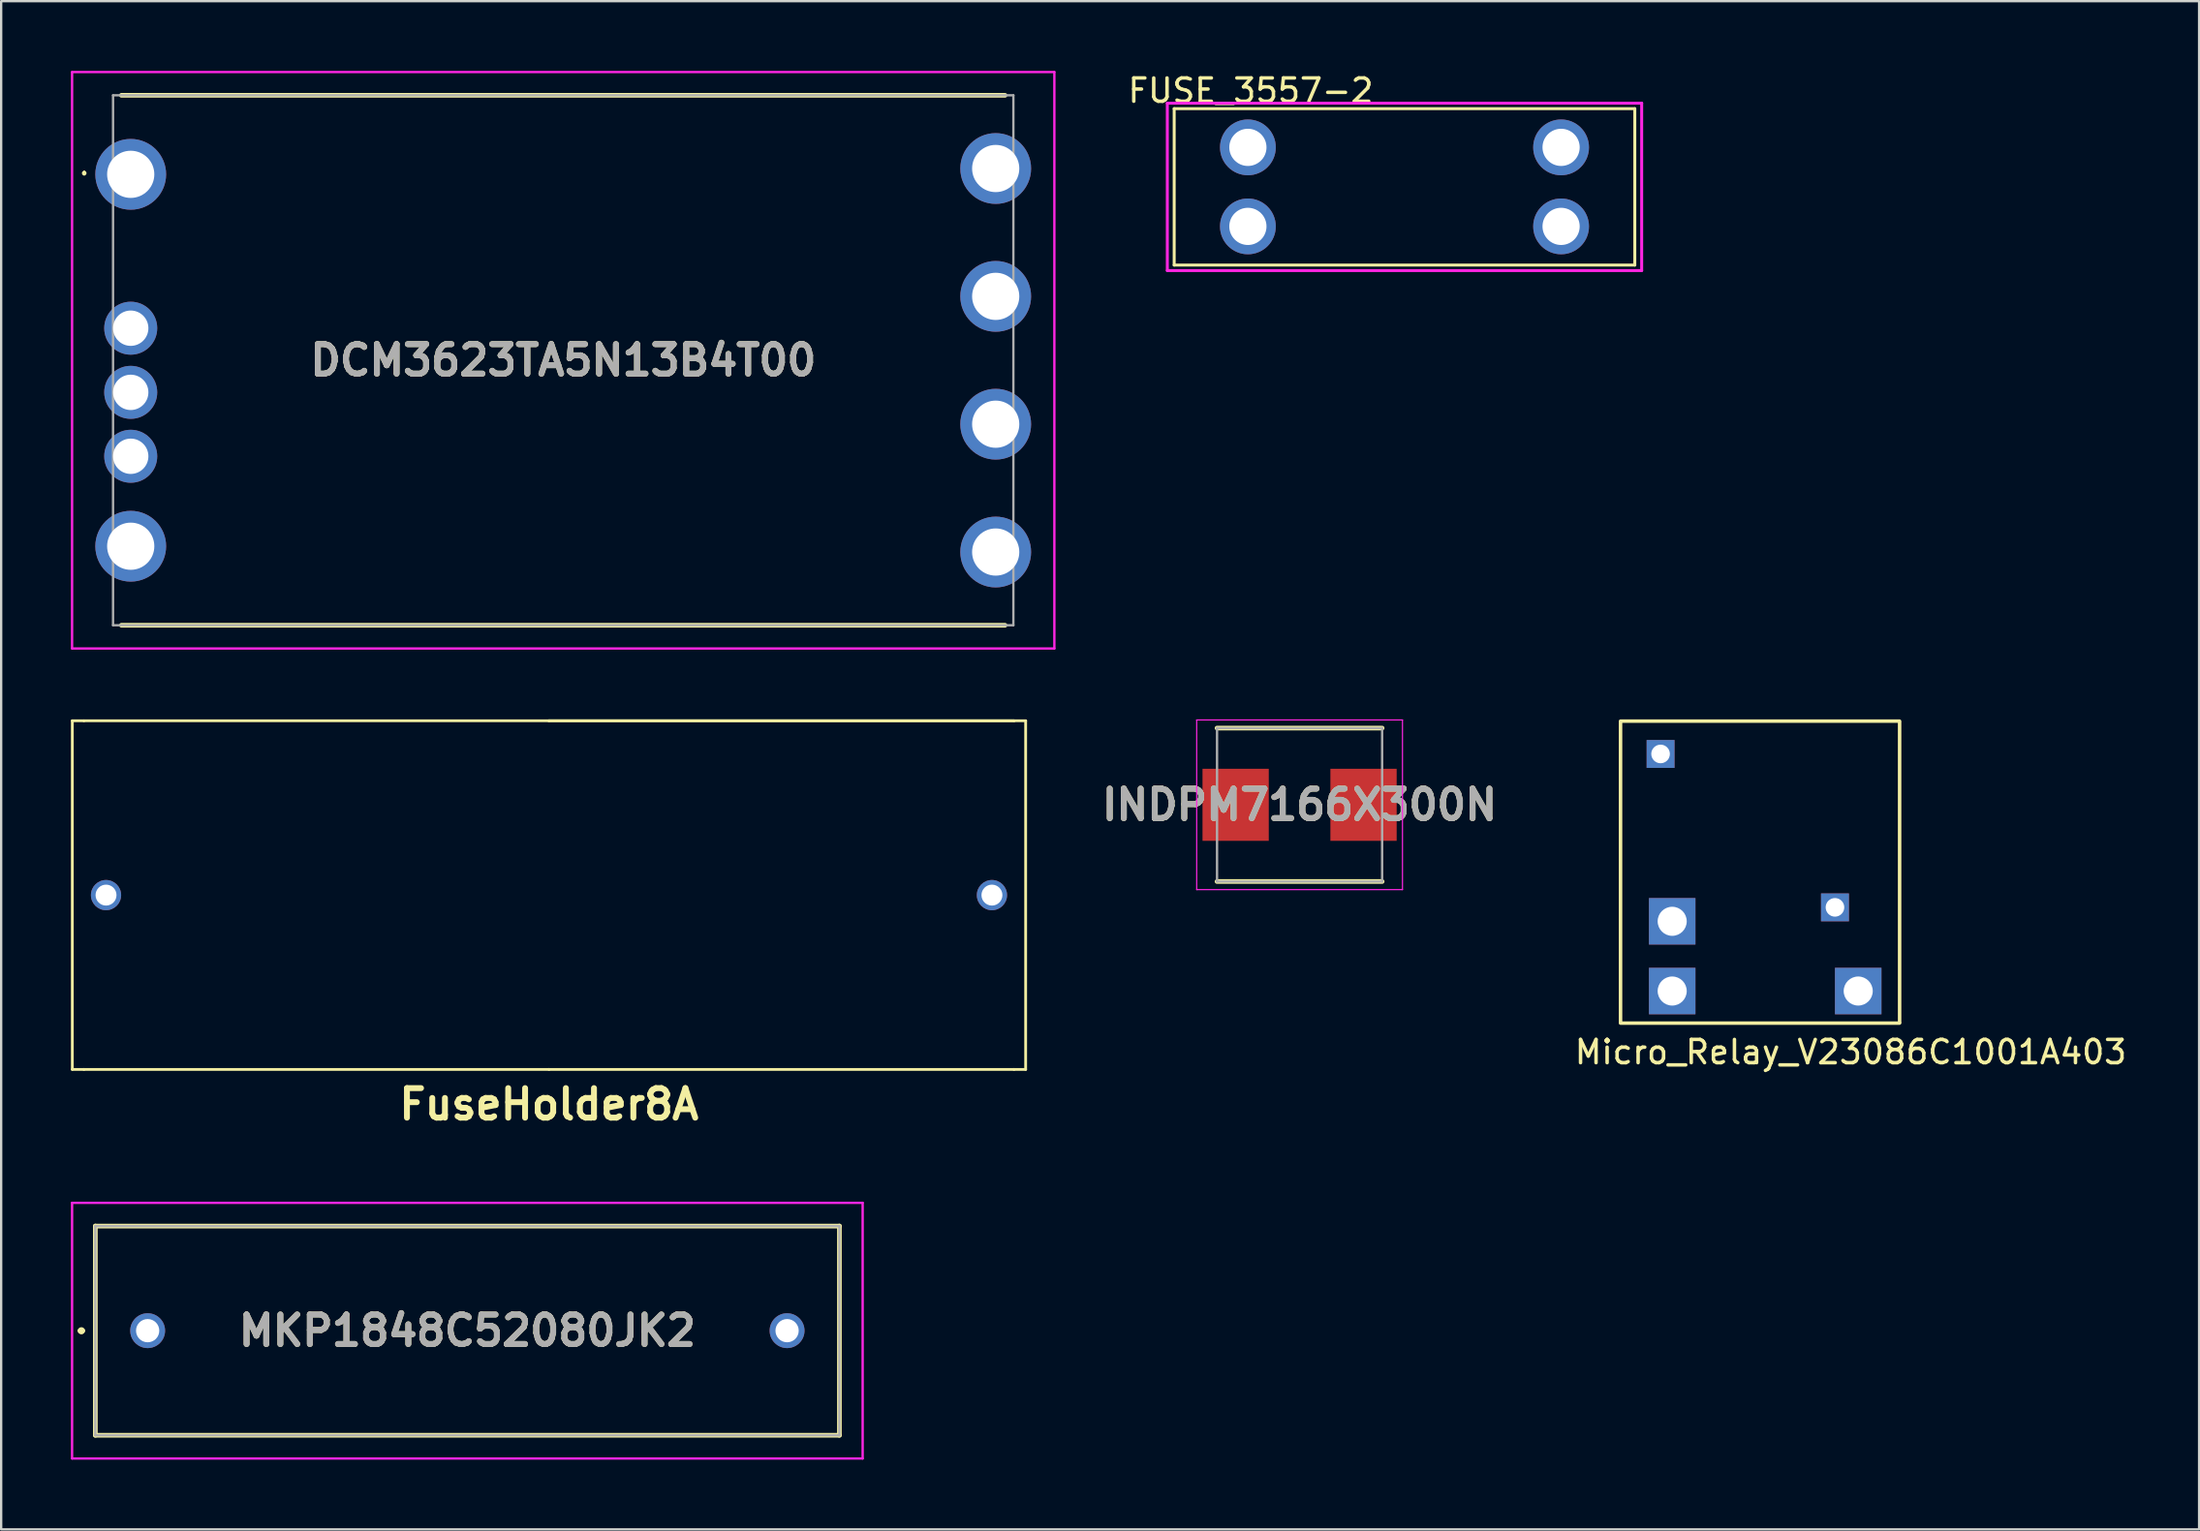
<source format=kicad_pcb>
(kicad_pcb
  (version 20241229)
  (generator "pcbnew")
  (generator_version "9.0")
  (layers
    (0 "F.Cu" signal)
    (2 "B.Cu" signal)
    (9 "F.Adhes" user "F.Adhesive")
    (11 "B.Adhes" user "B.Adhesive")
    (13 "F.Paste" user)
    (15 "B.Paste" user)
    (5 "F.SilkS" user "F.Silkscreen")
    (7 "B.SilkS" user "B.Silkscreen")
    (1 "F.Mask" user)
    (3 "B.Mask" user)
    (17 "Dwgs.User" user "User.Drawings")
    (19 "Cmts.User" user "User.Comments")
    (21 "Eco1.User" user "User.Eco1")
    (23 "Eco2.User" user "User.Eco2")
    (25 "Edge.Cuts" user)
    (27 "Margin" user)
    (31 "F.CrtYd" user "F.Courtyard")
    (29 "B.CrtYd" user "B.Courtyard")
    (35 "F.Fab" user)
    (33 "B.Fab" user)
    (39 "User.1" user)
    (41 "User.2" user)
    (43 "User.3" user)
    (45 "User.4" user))
  (footprint "FuseHolder8A"
    (layer "F.Cu")
    (at 20.56 35.46)
    (property "Reference" "FuseHolder8A" (at 0 9 0) (layer "F.SilkS") (effects (font (size 1.27 1.27) (thickness 0.254))))
    (attr through_hole)
    (fp_line (start -20.5 7.5) (end -20.5 -7.5) (stroke (width 0.12) (type solid)) (layer "F.SilkS"))
    (fp_line (start -20 -7.5) (end -20.5 -7.5) (stroke (width 0.12) (type solid)) (layer "F.SilkS"))
    (fp_line (start -20 7.5) (end -20.5 7.5) (stroke (width 0.12) (type solid)) (layer "F.SilkS"))
    (fp_line (start 0 -7.5) (end -20 -7.5) (stroke (width 0.12) (type solid)) (layer "F.SilkS"))
    (fp_line (start 0 -7.5) (end 20 -7.5) (stroke (width 0.12) (type solid)) (layer "F.SilkS"))
    (fp_line (start 0 7.5) (end -20 7.5) (stroke (width 0.12) (type solid)) (layer "F.SilkS"))
    (fp_line (start 20 -7.5) (end 0 -7.5) (stroke (width 0.12) (type solid)) (layer "F.SilkS"))
    (fp_line (start 20 -7.5) (end 20.5 -7.5) (stroke (width 0.12) (type solid)) (layer "F.SilkS"))
    (fp_line (start 20 7.5) (end 0 7.5) (stroke (width 0.12) (type solid)) (layer "F.SilkS"))
    (fp_line (start 20 7.5) (end 20.5 7.5) (stroke (width 0.12) (type solid)) (layer "F.SilkS"))
    (fp_line (start 20.5 -7.5) (end 20.5 7.5) (stroke (width 0.12) (type solid)) (layer "F.SilkS"))
    (pad "1" thru_hole circle (at -19.05 0) (size 1.3 1.3) (drill 0.9) (layers "*.Cu" "*.Mask"))
    (pad "2" thru_hole circle (at 19.05 0) (size 1.3 1.3) (drill 0.9) (layers "*.Cu" "*.Mask")))
  (footprint "INDPM7166X300N"
    (layer "F.Cu")
    (at 52.841 31.575)
    (property "Reference" "INDPM7166X300N" (at 0 0 0) (layer "F.SilkS") (effects (font (size 1.27 1.27) (thickness 0.254))))
    (attr smd)
    (fp_line (start -3.55 3.3) (end 3.55 3.3) (stroke (width 0.2) (type solid)) (layer "F.SilkS"))
    (fp_line (start 3.55 -3.3) (end -3.55 -3.3) (stroke (width 0.2) (type solid)) (layer "F.SilkS"))
    (fp_line (start -4.425 -3.65) (end 4.425 -3.65) (stroke (width 0.05) (type solid)) (layer "F.CrtYd"))
    (fp_line (start -4.425 3.65) (end -4.425 -3.65) (stroke (width 0.05) (type solid)) (layer "F.CrtYd"))
    (fp_line (start 4.425 -3.65) (end 4.425 3.65) (stroke (width 0.05) (type solid)) (layer "F.CrtYd"))
    (fp_line (start 4.425 3.65) (end -4.425 3.65) (stroke (width 0.05) (type solid)) (layer "F.CrtYd"))
    (fp_line (start -3.55 -3.3) (end 3.55 -3.3) (stroke (width 0.1) (type solid)) (layer "F.Fab"))
    (fp_line (start -3.55 3.3) (end -3.55 -3.3) (stroke (width 0.1) (type solid)) (layer "F.Fab"))
    (fp_line (start 3.55 -3.3) (end 3.55 3.3) (stroke (width 0.1) (type solid)) (layer "F.Fab"))
    (fp_line (start 3.55 3.3) (end -3.55 3.3) (stroke (width 0.1) (type solid)) (layer "F.Fab"))
    (fp_text user "${REFERENCE}" (at 0 0 0) (layer "F.Fab") (effects (font (size 1.27 1.27) (thickness 0.254))))
    (pad "1" smd rect (at -2.75 0) (size 2.85 3.1) (layers "F.Cu" "F.Mask" "F.Paste"))
    (pad "2" smd rect (at 2.75 0) (size 2.85 3.1) (layers "F.Cu" "F.Mask" "F.Paste")))
  (footprint "MKP1848C52080JK2"
    (layer "F.Cu")
    (at 3.3 54.199)
    (property "Reference" "MKP1848C52080JK2" (at 13.75 0 0) (layer "F.SilkS") (effects (font (size 1.27 1.27) (thickness 0.254))))
    (attr through_hole)
    (fp_line (start -2.9 0) (end -2.9 0) (stroke (width 0.2) (type solid)) (layer "F.SilkS"))
    (fp_line (start -2.9 0) (end -2.9 0) (stroke (width 0.2) (type solid)) (layer "F.SilkS"))
    (fp_line (start -2.8 0) (end -2.8 0) (stroke (width 0.2) (type solid)) (layer "F.SilkS"))
    (fp_line (start -2.25 -4.5) (end 29.75 -4.5) (stroke (width 0.2) (type solid)) (layer "F.SilkS"))
    (fp_line (start -2.25 4.5) (end -2.25 -4.5) (stroke (width 0.2) (type solid)) (layer "F.SilkS"))
    (fp_line (start 29.75 -4.5) (end 29.75 4.5) (stroke (width 0.2) (type solid)) (layer "F.SilkS"))
    (fp_line (start 29.75 4.5) (end -2.25 4.5) (stroke (width 0.2) (type solid)) (layer "F.SilkS"))
    (fp_arc (start -2.9 0) (mid -2.85 -0.05) (end -2.8 0) (stroke (width 0.2) (type solid)) (layer "F.SilkS"))
    (fp_arc (start -2.8 0) (mid -2.85 0.05) (end -2.9 0) (stroke (width 0.2) (type solid)) (layer "F.SilkS"))
    (fp_arc (start -2.8 0) (mid -2.85 0.05) (end -2.9 0) (stroke (width 0.2) (type solid)) (layer "F.SilkS"))
    (fp_line (start -3.25 -5.5) (end 30.75 -5.5) (stroke (width 0.1) (type solid)) (layer "F.CrtYd"))
    (fp_line (start -3.25 5.5) (end -3.25 -5.5) (stroke (width 0.1) (type solid)) (layer "F.CrtYd"))
    (fp_line (start 30.75 -5.5) (end 30.75 5.5) (stroke (width 0.1) (type solid)) (layer "F.CrtYd"))
    (fp_line (start 30.75 5.5) (end -3.25 5.5) (stroke (width 0.1) (type solid)) (layer "F.CrtYd"))
    (fp_line (start -2.25 -4.5) (end -2.25 4.5) (stroke (width 0.1) (type solid)) (layer "F.Fab"))
    (fp_line (start -2.25 4.5) (end 29.75 4.5) (stroke (width 0.1) (type solid)) (layer "F.Fab"))
    (fp_line (start 29.75 -4.5) (end -2.25 -4.5) (stroke (width 0.1) (type solid)) (layer "F.Fab"))
    (fp_line (start 29.75 4.5) (end 29.75 -4.5) (stroke (width 0.1) (type solid)) (layer "F.Fab"))
    (fp_text user "${REFERENCE}" (at 13.75 0 0) (layer "F.Fab") (effects (font (size 1.27 1.27) (thickness 0.254))))
    (pad "1" thru_hole circle (at 0 0) (size 1.5 1.5) (drill 1) (layers "*.Cu" "*.Mask"))
    (pad "2" thru_hole circle (at 27.5 0) (size 1.5 1.5) (drill 1) (layers "*.Cu" "*.Mask")))
  (footprint "DCM3623TA5N13B4T00"
    (layer "F.Cu")
    (at 2.572 4.45)
    (property "Reference" "DCM3623TA5N13B4T00" (at 18.6 8 0) (layer "F.SilkS") (effects (font (size 1.27 1.27) (thickness 0.254))))
    (attr through_hole)
    (fp_line (start -2 -0.1) (end -2 -0.1) (stroke (width 0.1) (type solid)) (layer "F.SilkS"))
    (fp_line (start -2 0) (end -2 0) (stroke (width 0.1) (type solid)) (layer "F.SilkS"))
    (fp_line (start -0.4 -3.4) (end 37.6 -3.4) (stroke (width 0.2) (type solid)) (layer "F.SilkS"))
    (fp_line (start -0.4 19.4) (end 37.6 19.4) (stroke (width 0.2) (type solid)) (layer "F.SilkS"))
    (fp_arc (start -2 -0.1) (mid -1.95 -0.05) (end -2 0) (stroke (width 0.1) (type solid)) (layer "F.SilkS"))
    (fp_arc (start -2 0) (mid -2.05 -0.05) (end -2 -0.1) (stroke (width 0.1) (type solid)) (layer "F.SilkS"))
    (fp_line (start -2.522 -4.4) (end 39.723 -4.4) (stroke (width 0.1) (type solid)) (layer "F.CrtYd"))
    (fp_line (start -2.522 20.4) (end -2.522 -4.4) (stroke (width 0.1) (type solid)) (layer "F.CrtYd"))
    (fp_line (start 39.723 -4.4) (end 39.723 20.4) (stroke (width 0.1) (type solid)) (layer "F.CrtYd"))
    (fp_line (start 39.723 20.4) (end -2.522 20.4) (stroke (width 0.1) (type solid)) (layer "F.CrtYd"))
    (fp_line (start -0.76 -3.4) (end 37.96 -3.4) (stroke (width 0.1) (type solid)) (layer "F.Fab"))
    (fp_line (start -0.76 19.4) (end -0.76 -3.4) (stroke (width 0.1) (type solid)) (layer "F.Fab"))
    (fp_line (start 37.96 -3.4) (end 37.96 19.4) (stroke (width 0.1) (type solid)) (layer "F.Fab"))
    (fp_line (start 37.96 19.4) (end -0.76 19.4) (stroke (width 0.1) (type solid)) (layer "F.Fab"))
    (fp_text user "${REFERENCE}" (at 18.6 8 0) (layer "F.Fab") (effects (font (size 1.27 1.27) (thickness 0.254))))
    (pad "A1" thru_hole circle (at 0 0) (size 3.045 3.045) (drill 2.03) (layers "*.Cu" "*.Mask"))
    (pad "A2" thru_hole circle (at 37.2 -0.25) (size 3.045 3.045) (drill 2.03) (layers "*.Cu" "*.Mask"))
    (pad "B1" thru_hole circle (at 0 6.62) (size 2.28 2.28) (drill 1.52) (layers "*.Cu" "*.Mask"))
    (pad "B2" thru_hole circle (at 37.2 5.25) (size 3.045 3.045) (drill 2.03) (layers "*.Cu" "*.Mask"))
    (pad "C1" thru_hole circle (at 0 9.38) (size 2.28 2.28) (drill 1.52) (layers "*.Cu" "*.Mask"))
    (pad "C2" thru_hole circle (at 37.2 10.75) (size 3.045 3.045) (drill 2.03) (layers "*.Cu" "*.Mask"))
    (pad "D1" thru_hole circle (at 0 12.13) (size 2.28 2.28) (drill 1.52) (layers "*.Cu" "*.Mask"))
    (pad "D2" thru_hole circle (at 37.2 16.25) (size 3.045 3.045) (drill 2.03) (layers "*.Cu" "*.Mask"))
    (pad "E1" thru_hole circle (at 0 16) (size 3.045 3.045) (drill 2.03) (layers "*.Cu" "*.Mask")))
  (footprint "FUSE_3557-2"
    (layer "F.Cu")
    (at 57.353 4.99)
    (property "Reference" "FUSE_3557-2" (at -6.614 -4.141 0) (layer "F.SilkS") (effects (font (size 1.001 1.001) (thickness 0.15))))
    (attr through_hole)
    (fp_line (start -9.905 -3.365) (end -9.905 3.365) (stroke (width 0.127) (type solid)) (layer "F.SilkS"))
    (fp_line (start -9.905 3.365) (end 9.905 3.365) (stroke (width 0.127) (type solid)) (layer "F.SilkS"))
    (fp_line (start 9.905 -3.365) (end -9.905 -3.365) (stroke (width 0.127) (type solid)) (layer "F.SilkS"))
    (fp_line (start 9.905 3.365) (end 9.905 -3.365) (stroke (width 0.127) (type solid)) (layer "F.SilkS"))
    (fp_line (start -10.2 -3.6) (end 10.2 -3.6) (stroke (width 0.127) (type solid)) (layer "F.CrtYd"))
    (fp_line (start -10.2 3.6) (end -10.2 -3.6) (stroke (width 0.127) (type solid)) (layer "F.CrtYd"))
    (fp_line (start 10.2 -3.6) (end 10.2 3.6) (stroke (width 0.127) (type solid)) (layer "F.CrtYd"))
    (fp_line (start 10.2 3.6) (end -10.2 3.6) (stroke (width 0.127) (type solid)) (layer "F.CrtYd"))
    (pad "1" thru_hole circle (at -6.735 -1.7) (size 2.4 2.4) (drill 1.6) (layers "*.Cu" "*.Mask"))
    (pad "2" thru_hole circle (at -6.735 1.7) (size 2.4 2.4) (drill 1.6) (layers "*.Cu" "*.Mask"))
    (pad "3" thru_hole circle (at 6.735 -1.7) (size 2.4 2.4) (drill 1.6) (layers "*.Cu" "*.Mask"))
    (pad "4" thru_hole circle (at 6.735 1.7) (size 2.4 2.4) (drill 1.6) (layers "*.Cu" "*.Mask")))
  (footprint "Micro_Relay_V23086C1001A403"
    (layer "F.Cu")
    (at 72.403 34.492)
    (property "Reference" "Micro_Relay_V23086C1001A403" (at 4.14 7.722 0) (layer "F.SilkS") (effects (font (size 1 1) (thickness 0.15))))
    (attr through_hole)
    (fp_line (start -5.759 -6.517) (end 6.241 -6.517) (stroke (width 0.15) (type solid)) (layer "F.SilkS"))
    (fp_line (start -5.759 6.439) (end -5.759 -6.461) (stroke (width 0.15) (type solid)) (layer "F.SilkS"))
    (fp_line (start -5.759 6.475) (end 6.241 6.475) (stroke (width 0.15) (type solid)) (layer "F.SilkS"))
    (fp_line (start 6.243 6.439) (end 6.243 -6.461) (stroke (width 0.15) (type solid)) (layer "F.SilkS"))
    (pad "1" thru_hole rect (at 3.463 1.495) (size 1.2 1.2) (drill 0.8) (layers "*.Cu" "*.Mask"))
    (pad "2" thru_hole rect (at -4.037 -5.105) (size 1.2 1.2) (drill 0.8) (layers "*.Cu" "*.Mask"))
    (pad "3" thru_hole rect (at -3.537 5.095) (size 2 2) (drill 1.25) (layers "*.Cu" "*.Mask"))
    (pad "4" thru_hole rect (at 4.463 5.095) (size 2 2) (drill 1.25) (layers "*.Cu" "*.Mask"))
    (pad "5" thru_hole rect (at -3.537 2.095) (size 2 2) (drill 1.25) (layers "*.Cu" "*.Mask")))
  (gr_rect
    (start -3 -3)
    (end 91.526 62.749)
    (stroke (width 0.1) (type default))
    (fill no)
    (layer "Edge.Cuts")))
</source>
